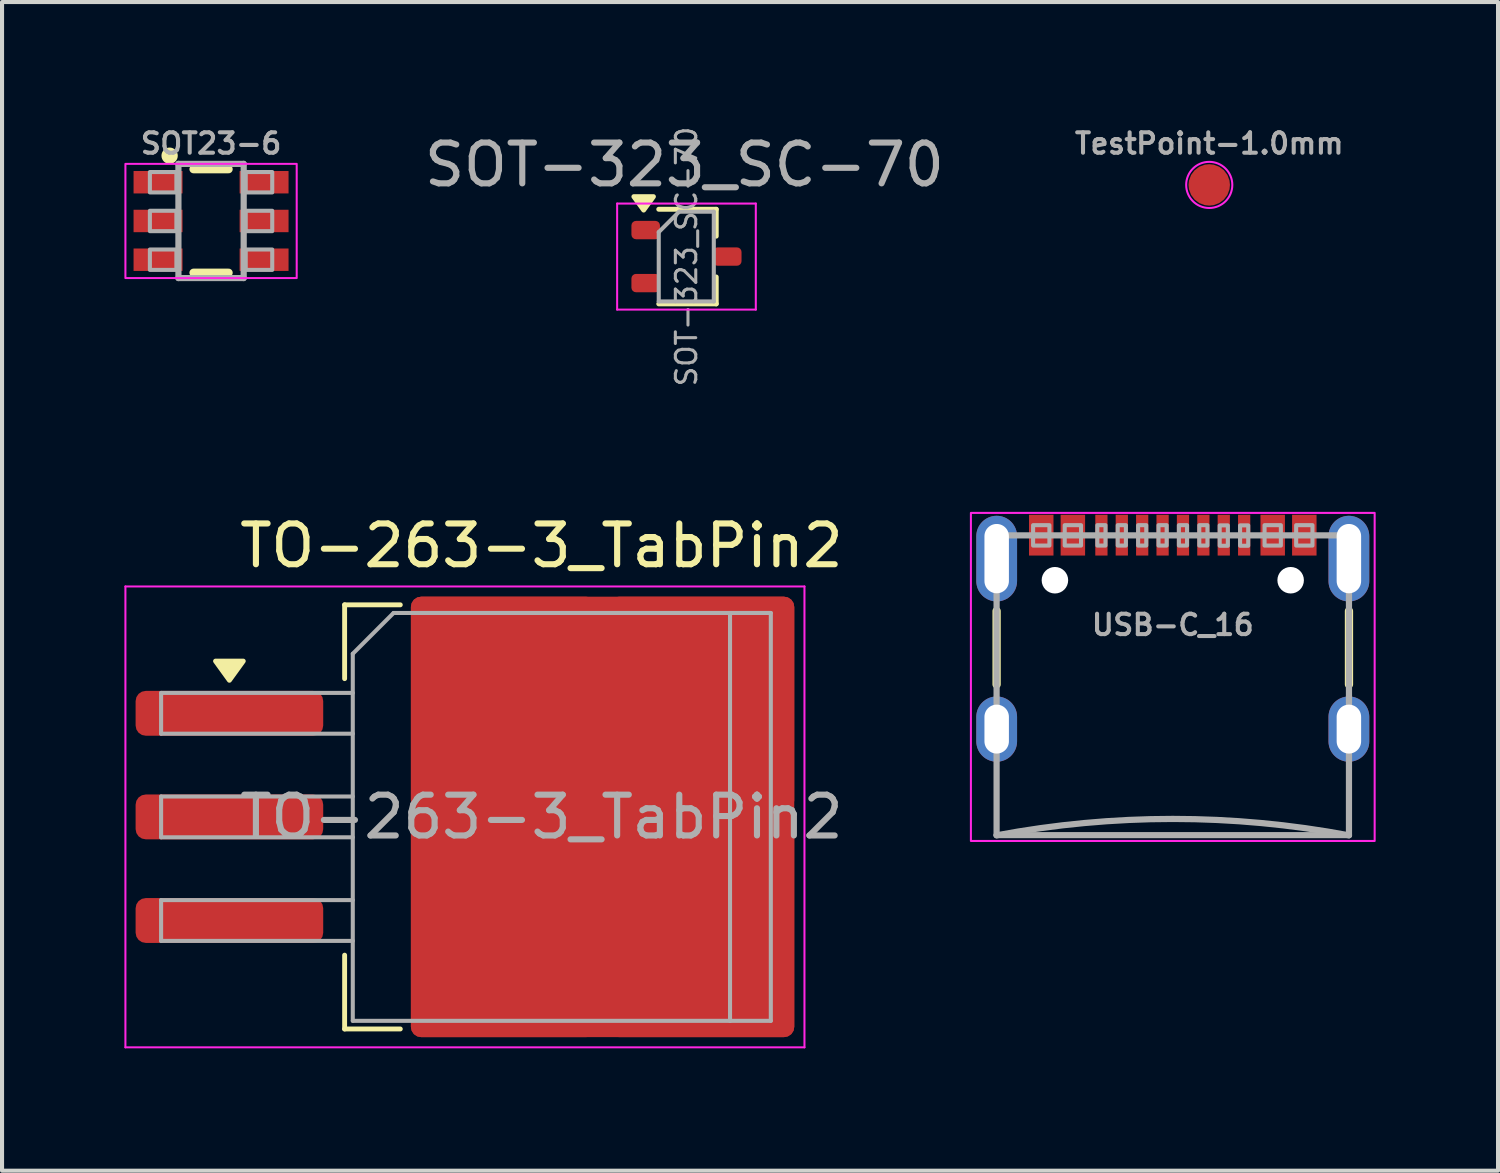
<source format=kicad_pcb>
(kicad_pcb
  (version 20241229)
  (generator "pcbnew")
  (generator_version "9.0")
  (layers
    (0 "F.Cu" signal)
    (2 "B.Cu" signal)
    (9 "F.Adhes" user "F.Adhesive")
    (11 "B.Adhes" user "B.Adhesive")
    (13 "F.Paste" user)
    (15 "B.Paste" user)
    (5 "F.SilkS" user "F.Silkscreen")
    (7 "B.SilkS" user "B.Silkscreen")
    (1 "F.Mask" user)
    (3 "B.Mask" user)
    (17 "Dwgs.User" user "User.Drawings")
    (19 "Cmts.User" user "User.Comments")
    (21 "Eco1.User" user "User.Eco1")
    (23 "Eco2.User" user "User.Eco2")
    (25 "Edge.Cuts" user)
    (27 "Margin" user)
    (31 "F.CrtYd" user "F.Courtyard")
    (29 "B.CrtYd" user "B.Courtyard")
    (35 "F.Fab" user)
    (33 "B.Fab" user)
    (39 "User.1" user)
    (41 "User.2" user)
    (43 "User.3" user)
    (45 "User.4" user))
  (footprint "TO-263-3_TabPin2"
    (layer "F.Cu")
    (at 10.225 16.98)
    (property "Reference" "TO-263-3_TabPin2" (at 0 -6.65 0) (layer "F.SilkS") (effects (font (size 1 1) (thickness 0.15))))
    (attr smd)
    (fp_line (start -4.825 -5.2) (end -4.825 -3.39) (stroke (width 0.12) (type solid)) (layer "F.SilkS"))
    (fp_line (start -4.825 5.2) (end -4.825 3.39) (stroke (width 0.12) (type solid)) (layer "F.SilkS"))
    (fp_line (start -3.46 -5.2) (end -4.825 -5.2) (stroke (width 0.12) (type solid)) (layer "F.SilkS"))
    (fp_line (start -3.46 5.2) (end -4.825 5.2) (stroke (width 0.12) (type solid)) (layer "F.SilkS"))
    (fp_poly (pts (xy -7.65 -3.35) (xy -7.99 -3.82) (xy -7.31 -3.82) (xy -7.65 -3.35)) (stroke (width 0.12) (type solid)) (fill yes) (layer "F.SilkS"))
    (fp_line (start -10.2 -5.65) (end -10.2 5.65) (stroke (width 0.05) (type solid)) (layer "F.CrtYd"))
    (fp_line (start -10.2 5.65) (end 6.45 5.65) (stroke (width 0.05) (type solid)) (layer "F.CrtYd"))
    (fp_line (start 6.45 -5.65) (end -10.2 -5.65) (stroke (width 0.05) (type solid)) (layer "F.CrtYd"))
    (fp_line (start 6.45 5.65) (end 6.45 -5.65) (stroke (width 0.05) (type solid)) (layer "F.CrtYd"))
    (fp_line (start -9.325 -3.04) (end -9.325 -2.04) (stroke (width 0.1) (type solid)) (layer "F.Fab"))
    (fp_line (start -9.325 -2.04) (end -4.625 -2.04) (stroke (width 0.1) (type solid)) (layer "F.Fab"))
    (fp_line (start -9.325 -0.5) (end -9.325 0.5) (stroke (width 0.1) (type solid)) (layer "F.Fab"))
    (fp_line (start -9.325 0.5) (end -4.625 0.5) (stroke (width 0.1) (type solid)) (layer "F.Fab"))
    (fp_line (start -9.325 2.04) (end -9.325 3.04) (stroke (width 0.1) (type solid)) (layer "F.Fab"))
    (fp_line (start -9.325 3.04) (end -4.625 3.04) (stroke (width 0.1) (type solid)) (layer "F.Fab"))
    (fp_line (start -4.625 -4) (end -3.625 -5) (stroke (width 0.1) (type solid)) (layer "F.Fab"))
    (fp_line (start -4.625 -3.04) (end -9.325 -3.04) (stroke (width 0.1) (type solid)) (layer "F.Fab"))
    (fp_line (start -4.625 -0.5) (end -9.325 -0.5) (stroke (width 0.1) (type solid)) (layer "F.Fab"))
    (fp_line (start -4.625 2.04) (end -9.325 2.04) (stroke (width 0.1) (type solid)) (layer "F.Fab"))
    (fp_line (start -4.625 5) (end -4.625 -4) (stroke (width 0.1) (type solid)) (layer "F.Fab"))
    (fp_line (start -3.625 -5) (end 4.625 -5) (stroke (width 0.1) (type solid)) (layer "F.Fab"))
    (fp_line (start 4.625 -5) (end 4.625 5) (stroke (width 0.1) (type solid)) (layer "F.Fab"))
    (fp_line (start 4.625 -5) (end 5.625 -5) (stroke (width 0.1) (type solid)) (layer "F.Fab"))
    (fp_line (start 4.625 5) (end -4.625 5) (stroke (width 0.1) (type solid)) (layer "F.Fab"))
    (fp_line (start 5.625 -5) (end 5.625 5) (stroke (width 0.1) (type solid)) (layer "F.Fab"))
    (fp_line (start 5.625 5) (end 4.625 5) (stroke (width 0.1) (type solid)) (layer "F.Fab"))
    (fp_text user "${REFERENCE}" (at 0 0 0) (layer "F.Fab") (effects (font (size 1 1) (thickness 0.15))))
    (pad "1" smd roundrect (at -7.65 -2.54) (size 4.6 1.1) (layers "F.Cu" "F.Mask" "F.Paste") (roundrect_rratio 0.227))
    (pad "2" smd roundrect (at -7.65 0) (size 4.6 1.1) (layers "F.Cu" "F.Mask" "F.Paste") (roundrect_rratio 0.227))
    (pad "2" smd roundrect (at -0.925 -2.775) (size 4.55 5.25) (layers "F.Cu" "F.Paste") (roundrect_rratio 0.055))
    (pad "2" smd roundrect (at -0.925 2.775) (size 4.55 5.25) (layers "F.Cu" "F.Paste") (roundrect_rratio 0.055))
    (pad "2" smd roundrect (at 1.5 0) (size 9.4 10.8) (layers "F.Cu" "F.Mask") (roundrect_rratio 0.027))
    (pad "2" smd roundrect (at 3.925 -2.775) (size 4.55 5.25) (layers "F.Cu" "F.Paste") (roundrect_rratio 0.055))
    (pad "2" smd roundrect (at 3.925 2.775) (size 4.55 5.25) (layers "F.Cu" "F.Paste") (roundrect_rratio 0.055))
    (pad "3" smd roundrect (at -7.65 2.54) (size 4.6 1.1) (layers "F.Cu" "F.Mask" "F.Paste") (roundrect_rratio 0.227)))
  (footprint "SOT23-6"
    (layer "F.Cu")
    (at 2.125 2.368)
    (property "Reference" "SOT23-6" (at 0 -1.9 0) (layer "F.Fab") (effects (font (size 0.5 0.5) (thickness 0.1) (bold yes))))
    (attr smd)
    (fp_line (start -0.429 -1.27) (end 0.429 -1.27) (stroke (width 0.203) (type solid)) (layer "F.SilkS"))
    (fp_line (start 0.429 1.27) (end -0.429 1.27) (stroke (width 0.203) (type solid)) (layer "F.SilkS"))
    (fp_circle (center -1.016 -1.6) (end -1.016 -1.5) (stroke (width 0.2) (type solid)) (fill yes) (layer "F.SilkS"))
    (fp_rect (start 2.1 -1.4) (end -2.1 1.4) (stroke (width 0.05) (type default)) (fill no) (layer "F.CrtYd"))
    (fp_line (start -0.8 1.4) (end -0.8 -1.4) (stroke (width 0.152) (type solid)) (layer "F.Fab"))
    (fp_line (start 0.8 -1.4) (end -0.8 -1.4) (stroke (width 0.152) (type solid)) (layer "F.Fab"))
    (fp_line (start 0.8 -1.4) (end 0.8 1.4) (stroke (width 0.152) (type solid)) (layer "F.Fab"))
    (fp_line (start 0.8 1.4) (end -0.8 1.4) (stroke (width 0.152) (type solid)) (layer "F.Fab"))
    (fp_poly (pts (xy -1.5 -1.2) (xy -1.5 -0.7) (xy -0.85 -0.7) (xy -0.85 -1.2)) (stroke (width 0.1) (type default)) (fill no) (layer "F.Fab"))
    (fp_poly (pts (xy -1.5 -0.25) (xy -1.5 0.25) (xy -0.85 0.25) (xy -0.85 -0.25)) (stroke (width 0.1) (type default)) (fill no) (layer "F.Fab"))
    (fp_poly (pts (xy -1.5 0.7) (xy -1.5 1.2) (xy -0.85 1.2) (xy -0.85 0.7)) (stroke (width 0.1) (type default)) (fill no) (layer "F.Fab"))
    (fp_poly (pts (xy 0.85 -1.2) (xy 0.85 -0.7) (xy 1.5 -0.7) (xy 1.5 -1.2)) (stroke (width 0.1) (type default)) (fill no) (layer "F.Fab"))
    (fp_poly (pts (xy 0.85 -0.25) (xy 0.85 0.25) (xy 1.5 0.25) (xy 1.5 -0.25)) (stroke (width 0.1) (type default)) (fill no) (layer "F.Fab"))
    (fp_poly (pts (xy 0.85 0.7) (xy 0.85 1.2) (xy 1.5 1.2) (xy 1.5 0.7)) (stroke (width 0.1) (type default)) (fill no) (layer "F.Fab"))
    (pad "1" smd rect (at -1.3 -0.95 270) (size 0.55 1.2) (layers "F.Cu" "F.Mask" "F.Paste"))
    (pad "2" smd rect (at -1.3 0 270) (size 0.55 1.2) (layers "F.Cu" "F.Mask" "F.Paste"))
    (pad "3" smd rect (at -1.3 0.95 270) (size 0.55 1.2) (layers "F.Cu" "F.Mask" "F.Paste"))
    (pad "4" smd rect (at 1.3 0.95 270) (size 0.55 1.2) (layers "F.Cu" "F.Mask" "F.Paste"))
    (pad "5" smd rect (at 1.3 0 270) (size 0.55 1.2) (layers "F.Cu" "F.Mask" "F.Paste"))
    (pad "6" smd rect (at 1.3 -0.95 270) (size 0.55 1.2) (layers "F.Cu" "F.Mask" "F.Paste")))
  (footprint "SOT-323_SC-70"
    (layer "F.Cu")
    (at 13.782 3.241)
    (property "Reference" "SOT-323_SC-70" (at -0.05 -2.25 0) (layer "F.Fab") (effects (font (size 1 1) (thickness 0.15))))
    (attr smd)
    (fp_line (start -0.68 -1.16) (end 0.73 -1.16) (stroke (width 0.12) (type solid)) (layer "F.SilkS"))
    (fp_line (start -0.68 1.16) (end 0.73 1.16) (stroke (width 0.12) (type solid)) (layer "F.SilkS"))
    (fp_line (start 0.73 -1.16) (end 0.73 -0.5) (stroke (width 0.12) (type solid)) (layer "F.SilkS"))
    (fp_line (start 0.73 0.5) (end 0.73 1.16) (stroke (width 0.12) (type solid)) (layer "F.SilkS"))
    (fp_poly (pts (xy -1.05 -1.14) (xy -1.29 -1.47) (xy -0.81 -1.47) (xy -1.05 -1.14)) (stroke (width 0.12) (type solid)) (fill yes) (layer "F.SilkS"))
    (fp_line (start -1.7 -1.3) (end 1.7 -1.3) (stroke (width 0.05) (type solid)) (layer "F.CrtYd"))
    (fp_line (start -1.7 1.3) (end -1.7 -1.3) (stroke (width 0.05) (type solid)) (layer "F.CrtYd"))
    (fp_line (start 1.7 -1.3) (end 1.7 1.3) (stroke (width 0.05) (type solid)) (layer "F.CrtYd"))
    (fp_line (start 1.7 1.3) (end -1.7 1.3) (stroke (width 0.05) (type solid)) (layer "F.CrtYd"))
    (fp_line (start -0.68 -0.6) (end -0.68 1.1) (stroke (width 0.1) (type solid)) (layer "F.Fab"))
    (fp_line (start -0.18 -1.1) (end -0.68 -0.6) (stroke (width 0.1) (type solid)) (layer "F.Fab"))
    (fp_line (start 0.67 -1.1) (end -0.18 -1.1) (stroke (width 0.1) (type solid)) (layer "F.Fab"))
    (fp_line (start 0.67 -1.1) (end 0.67 1.1) (stroke (width 0.1) (type solid)) (layer "F.Fab"))
    (fp_line (start 0.67 1.1) (end -0.68 1.1) (stroke (width 0.1) (type solid)) (layer "F.Fab"))
    (fp_text user "${REFERENCE}" (at 0 0 90) (layer "F.Fab") (effects (font (size 0.5 0.5) (thickness 0.075))))
    (pad "1" smd roundrect (at -1 -0.65 270) (size 0.45 0.7) (layers "F.Cu" "F.Mask" "F.Paste") (roundrect_rratio 0.25))
    (pad "2" smd roundrect (at -1 0.65 270) (size 0.45 0.7) (layers "F.Cu" "F.Mask" "F.Paste") (roundrect_rratio 0.25))
    (pad "3" smd roundrect (at 1 0 270) (size 0.45 0.7) (layers "F.Cu" "F.Mask" "F.Paste") (roundrect_rratio 0.25)))
  (footprint "TestPoint-1.0mm"
    (layer "F.Cu")
    (at 26.6 1.484)
    (property "Reference" "TestPoint-1.0mm" (at 0 -1.016 0) (layer "F.Fab") (effects (font (size 0.5 0.5) (thickness 0.1) (bold yes))))
    (fp_circle (center 0 0) (end -0.4 0.4) (stroke (width 0.05) (type default)) (fill no) (layer "F.CrtYd"))
    (pad "1" smd roundrect (at 0 0) (size 1.016 1.016) (layers "F.Cu" "F.Mask") (roundrect_rratio 0.5)))
  (footprint "USB-C_16"
    (layer "F.Cu")
    (at 25.706 9.732)
    (property "Reference" "USB-C_16" (at 0 2.54 0) (layer "F.Fab") (effects (font (size 0.5 0.5) (thickness 0.1) (bold yes))))
    (attr through_hole)
    (fp_line (start -4.32 2.2) (end -4.32 4) (stroke (width 0.203) (type solid)) (layer "F.SilkS"))
    (fp_line (start 4.32 2.2) (end 4.32 4) (stroke (width 0.203) (type solid)) (layer "F.SilkS"))
    (fp_rect (start -4.95 -0.206) (end 4.95 7.838) (stroke (width 0.05) (type default)) (fill no) (layer "F.CrtYd"))
    (fp_line (start -4.32 0.345) (end -4.32 1.965) (stroke (width 0.01) (type solid)) (layer "F.Fab"))
    (fp_line (start -4.32 0.345) (end 4.32 0.345) (stroke (width 0.152) (type solid)) (layer "F.Fab"))
    (fp_line (start -4.32 4.295) (end -4.32 5.895) (stroke (width 0.01) (type solid)) (layer "F.Fab"))
    (fp_line (start -4.32 7.695) (end -4.32 0.345) (stroke (width 0.152) (type solid)) (layer "F.Fab"))
    (fp_line (start -4.32 7.695) (end 4.32 7.695) (stroke (width 0.152) (type solid)) (layer "F.Fab"))
    (fp_line (start 4.32 0.345) (end 4.32 1.965) (stroke (width 0.01) (type solid)) (layer "F.Fab"))
    (fp_line (start 4.32 0.345) (end 4.32 7.695) (stroke (width 0.152) (type solid)) (layer "F.Fab"))
    (fp_line (start 4.32 4.295) (end 4.32 5.895) (stroke (width 0.01) (type solid)) (layer "F.Fab"))
    (fp_arc (start -4.32 7.7) (mid 0 7.297675) (end 4.32 7.7) (stroke (width 0.1524) (type solid)) (layer "F.Fab"))
    (fp_poly (pts (xy -3.425 0.595) (xy -3.025 0.595) (xy -3.025 0.095) (xy -3.425 0.095)) (stroke (width 0.1) (type default)) (fill no) (layer "F.Fab"))
    (fp_poly (pts (xy -2.65 0.595) (xy -2.25 0.595) (xy -2.25 0.095) (xy -2.65 0.095)) (stroke (width 0.1) (type default)) (fill no) (layer "F.Fab"))
    (fp_poly (pts (xy -1.85 0.595) (xy -1.65 0.595) (xy -1.65 0.095) (xy -1.85 0.095)) (stroke (width 0.1) (type default)) (fill no) (layer "F.Fab"))
    (fp_poly (pts (xy -1.35 0.595) (xy -1.15 0.595) (xy -1.15 0.095) (xy -1.35 0.095)) (stroke (width 0.1) (type default)) (fill no) (layer "F.Fab"))
    (fp_poly (pts (xy -0.85 0.595) (xy -0.65 0.595) (xy -0.65 0.095) (xy -0.85 0.095)) (stroke (width 0.1) (type default)) (fill no) (layer "F.Fab"))
    (fp_poly (pts (xy -0.35 0.595) (xy -0.15 0.595) (xy -0.15 0.095) (xy -0.35 0.095)) (stroke (width 0.1) (type default)) (fill no) (layer "F.Fab"))
    (fp_poly (pts (xy 0.15 0.595) (xy 0.35 0.595) (xy 0.35 0.095) (xy 0.15 0.095)) (stroke (width 0.1) (type default)) (fill no) (layer "F.Fab"))
    (fp_poly (pts (xy 0.65 0.595) (xy 0.85 0.595) (xy 0.85 0.095) (xy 0.65 0.095)) (stroke (width 0.1) (type default)) (fill no) (layer "F.Fab"))
    (fp_poly (pts (xy 1.15 0.6) (xy 1.35 0.6) (xy 1.35 0.1) (xy 1.15 0.1)) (stroke (width 0.1) (type default)) (fill no) (layer "F.Fab"))
    (fp_poly (pts (xy 1.65 0.6) (xy 1.85 0.6) (xy 1.85 0.1) (xy 1.65 0.1)) (stroke (width 0.1) (type default)) (fill no) (layer "F.Fab"))
    (fp_poly (pts (xy 2.25 0.595) (xy 2.65 0.595) (xy 2.65 0.095) (xy 2.25 0.095)) (stroke (width 0.1) (type default)) (fill no) (layer "F.Fab"))
    (fp_poly (pts (xy 3.025 0.595) (xy 3.425 0.595) (xy 3.425 0.095) (xy 3.025 0.095)) (stroke (width 0.1) (type default)) (fill no) (layer "F.Fab"))
    (pad "" np_thru_hole circle (at -2.89 1.445) (size 0.65 0.65) (drill 0.65) (layers "*.Cu" "*.Mask"))
    (pad "" np_thru_hole circle (at 2.89 1.445) (size 0.65 0.65) (drill 0.65) (layers "*.Cu" "*.Mask"))
    (pad "A5" smd rect (at -1.25 0.34 180) (size 0.3 1) (layers "F.Cu" "F.Mask" "F.Paste"))
    (pad "A6" smd rect (at -0.25 0.34 180) (size 0.3 1) (layers "F.Cu" "F.Mask" "F.Paste"))
    (pad "A7" smd rect (at 0.25 0.34) (size 0.3 1) (layers "F.Cu" "F.Mask" "F.Paste"))
    (pad "A8" smd rect (at 1.25 0.34) (size 0.3 1) (layers "F.Cu" "F.Mask" "F.Paste"))
    (pad "B5" smd rect (at 1.75 0.34) (size 0.3 1) (layers "F.Cu" "F.Mask" "F.Paste"))
    (pad "B6" smd rect (at 0.75 0.34) (size 0.3 1) (layers "F.Cu" "F.Mask" "F.Paste"))
    (pad "B7" smd rect (at -0.75 0.34 180) (size 0.3 1) (layers "F.Cu" "F.Mask" "F.Paste"))
    (pad "B8" smd rect (at -1.75 0.34 180) (size 0.3 1) (layers "F.Cu" "F.Mask" "F.Paste"))
    (pad "GND" smd rect (at -3.225 0.34 180) (size 0.6 1) (layers "F.Cu" "F.Mask" "F.Paste"))
    (pad "GND" smd rect (at 3.225 0.34) (size 0.6 1) (layers "F.Cu" "F.Mask" "F.Paste"))
    (pad "NC1" thru_hole oval (at -4.318 5.095) (size 1 1.6) (drill oval 0.6 1.2) (layers "*.Cu" "*.Mask" "F.Paste"))
    (pad "NC2" thru_hole oval (at -4.318 0.915) (size 1 2.1) (drill oval 0.6 1.7) (layers "*.Cu" "*.Mask" "F.Paste"))
    (pad "NC3" thru_hole oval (at 4.318 0.915) (size 1 2.1) (drill oval 0.6 1.7) (layers "*.Cu" "*.Mask" "F.Paste"))
    (pad "S" thru_hole oval (at 4.318 5.095) (size 1 1.6) (drill oval 0.6 1.2) (layers "*.Cu" "*.Mask" "F.Paste"))
    (pad "VBUS" smd rect (at -2.45 0.34 180) (size 0.6 1) (layers "F.Cu" "F.Mask" "F.Paste"))
    (pad "VBUS" smd rect (at 2.45 0.34) (size 0.6 1) (layers "F.Cu" "F.Mask" "F.Paste")))
  (gr_rect
    (start -3 -3)
    (end 33.681 25.655)
    (stroke (width 0.1) (type default))
    (fill no)
    (layer "Edge.Cuts")))
</source>
